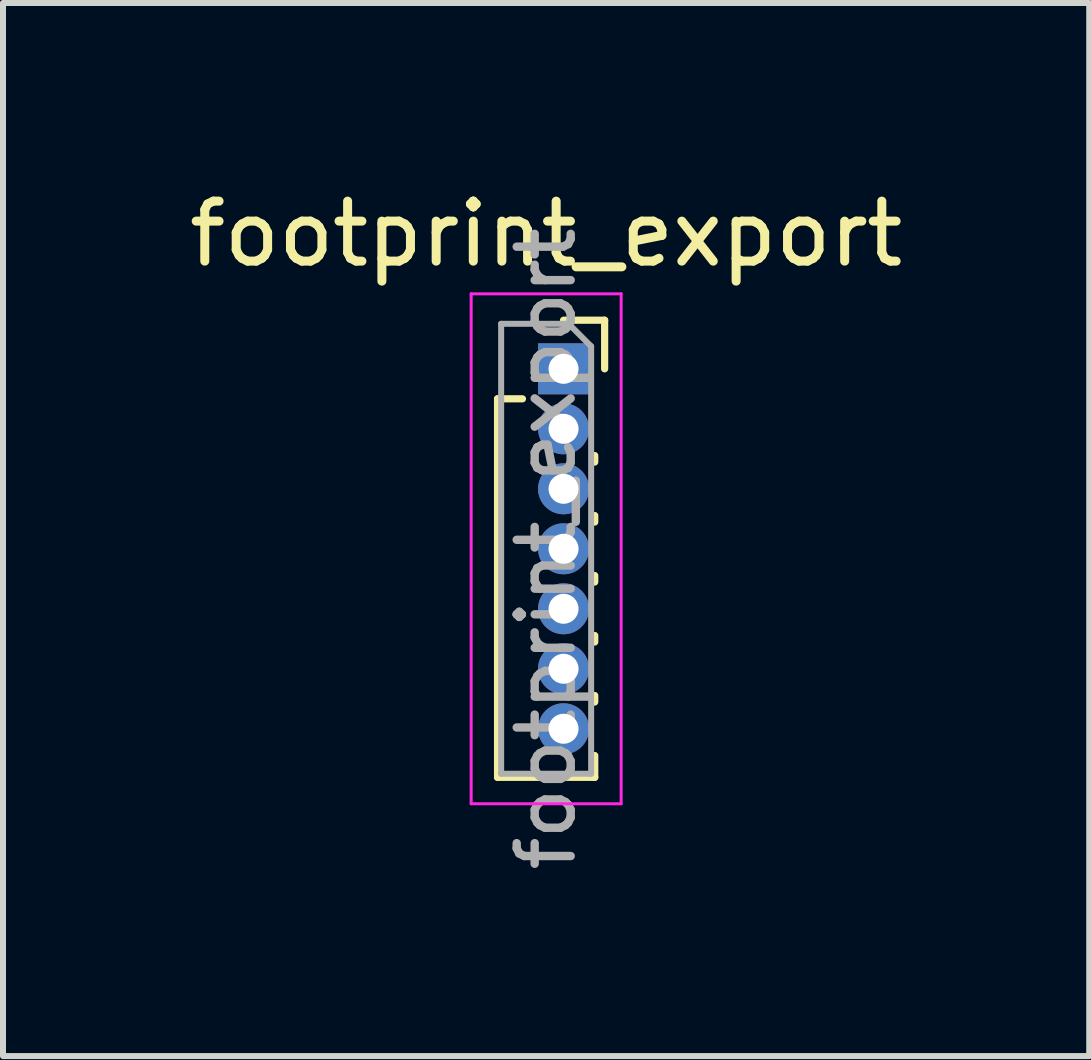
<source format=kicad_pcb>
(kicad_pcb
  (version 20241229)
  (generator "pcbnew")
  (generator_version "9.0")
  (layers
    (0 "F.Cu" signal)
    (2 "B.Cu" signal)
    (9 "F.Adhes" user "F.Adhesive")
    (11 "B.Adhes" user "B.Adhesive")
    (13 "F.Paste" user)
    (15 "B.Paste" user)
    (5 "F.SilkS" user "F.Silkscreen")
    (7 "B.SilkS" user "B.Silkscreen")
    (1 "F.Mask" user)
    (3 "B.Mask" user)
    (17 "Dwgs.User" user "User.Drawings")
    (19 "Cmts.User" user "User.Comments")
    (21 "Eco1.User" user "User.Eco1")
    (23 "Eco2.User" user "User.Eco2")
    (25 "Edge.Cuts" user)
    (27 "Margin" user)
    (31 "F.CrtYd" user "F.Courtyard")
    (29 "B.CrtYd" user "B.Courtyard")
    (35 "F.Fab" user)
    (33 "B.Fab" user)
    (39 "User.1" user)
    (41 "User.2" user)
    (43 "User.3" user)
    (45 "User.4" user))
  (footprint "footprint_export"
    (layer "F.Cu")
    (at 6.344 3.098)
    (property "Reference" "footprint_export" (at -0.29 -2.25 0) (layer "F.SilkS") (effects (font (size 1 1) (thickness 0.15))))
    (attr through_hole)
    (fp_line (start -1.1 0.5) (end -1.1 6.81) (stroke (width 0.12) (type solid)) (layer "F.SilkS"))
    (fp_line (start -1.1 0.5) (end -0.685 0.5) (stroke (width 0.12) (type solid)) (layer "F.SilkS"))
    (fp_line (start -1.1 6.81) (end 0.52 6.81) (stroke (width 0.12) (type solid)) (layer "F.SilkS"))
    (fp_line (start 0 -0.81) (end 0.685 -0.81) (stroke (width 0.12) (type solid)) (layer "F.SilkS"))
    (fp_line (start 0.52 1.446) (end 0.52 1.554) (stroke (width 0.12) (type solid)) (layer "F.SilkS"))
    (fp_line (start 0.52 2.446) (end 0.52 2.554) (stroke (width 0.12) (type solid)) (layer "F.SilkS"))
    (fp_line (start 0.52 3.446) (end 0.52 3.554) (stroke (width 0.12) (type solid)) (layer "F.SilkS"))
    (fp_line (start 0.52 4.446) (end 0.52 4.554) (stroke (width 0.12) (type solid)) (layer "F.SilkS"))
    (fp_line (start 0.52 5.446) (end 0.52 5.554) (stroke (width 0.12) (type solid)) (layer "F.SilkS"))
    (fp_line (start 0.52 6.446) (end 0.52 6.81) (stroke (width 0.12) (type solid)) (layer "F.SilkS"))
    (fp_line (start 0.685 -0.81) (end 0.685 0) (stroke (width 0.12) (type solid)) (layer "F.SilkS"))
    (fp_line (start -1.54 -1.25) (end 0.96 -1.25) (stroke (width 0.05) (type solid)) (layer "F.CrtYd"))
    (fp_line (start -1.54 7.25) (end -1.54 -1.25) (stroke (width 0.05) (type solid)) (layer "F.CrtYd"))
    (fp_line (start 0.96 -1.25) (end 0.96 7.25) (stroke (width 0.05) (type solid)) (layer "F.CrtYd"))
    (fp_line (start 0.96 7.25) (end -1.54 7.25) (stroke (width 0.05) (type solid)) (layer "F.CrtYd"))
    (fp_line (start -1.04 -0.75) (end 0.085 -0.75) (stroke (width 0.1) (type solid)) (layer "F.Fab"))
    (fp_line (start -1.04 6.75) (end -1.04 -0.75) (stroke (width 0.1) (type solid)) (layer "F.Fab"))
    (fp_line (start 0.085 -0.75) (end 0.46 -0.375) (stroke (width 0.1) (type solid)) (layer "F.Fab"))
    (fp_line (start 0.46 -0.375) (end 0.46 6.75) (stroke (width 0.1) (type solid)) (layer "F.Fab"))
    (fp_line (start 0.46 6.75) (end -1.04 6.75) (stroke (width 0.1) (type solid)) (layer "F.Fab"))
    (fp_text user "${REFERENCE}" (at -0.29 3 90) (layer "F.Fab") (effects (font (size 0.9 0.9) (thickness 0.14))))
    (pad "1" thru_hole rect (at 0 0) (size 0.85 0.85) (drill 0.5) (layers "*.Cu" "*.Mask"))
    (pad "2" thru_hole oval (at 0 1) (size 0.85 0.85) (drill 0.5) (layers "*.Cu" "*.Mask"))
    (pad "3" thru_hole oval (at 0 2) (size 0.85 0.85) (drill 0.5) (layers "*.Cu" "*.Mask"))
    (pad "4" thru_hole oval (at 0 3) (size 0.85 0.85) (drill 0.5) (layers "*.Cu" "*.Mask"))
    (pad "5" thru_hole oval (at 0 4) (size 0.85 0.85) (drill 0.5) (layers "*.Cu" "*.Mask"))
    (pad "6" thru_hole oval (at 0 5) (size 0.85 0.85) (drill 0.5) (layers "*.Cu" "*.Mask"))
    (pad "7" thru_hole oval (at 0 6) (size 0.85 0.85) (drill 0.5) (layers "*.Cu" "*.Mask")))
  (gr_rect
    (start -3 -3)
    (end 15.107 14.554)
    (stroke (width 0.1) (type default))
    (fill no)
    (layer "Edge.Cuts")))
</source>
